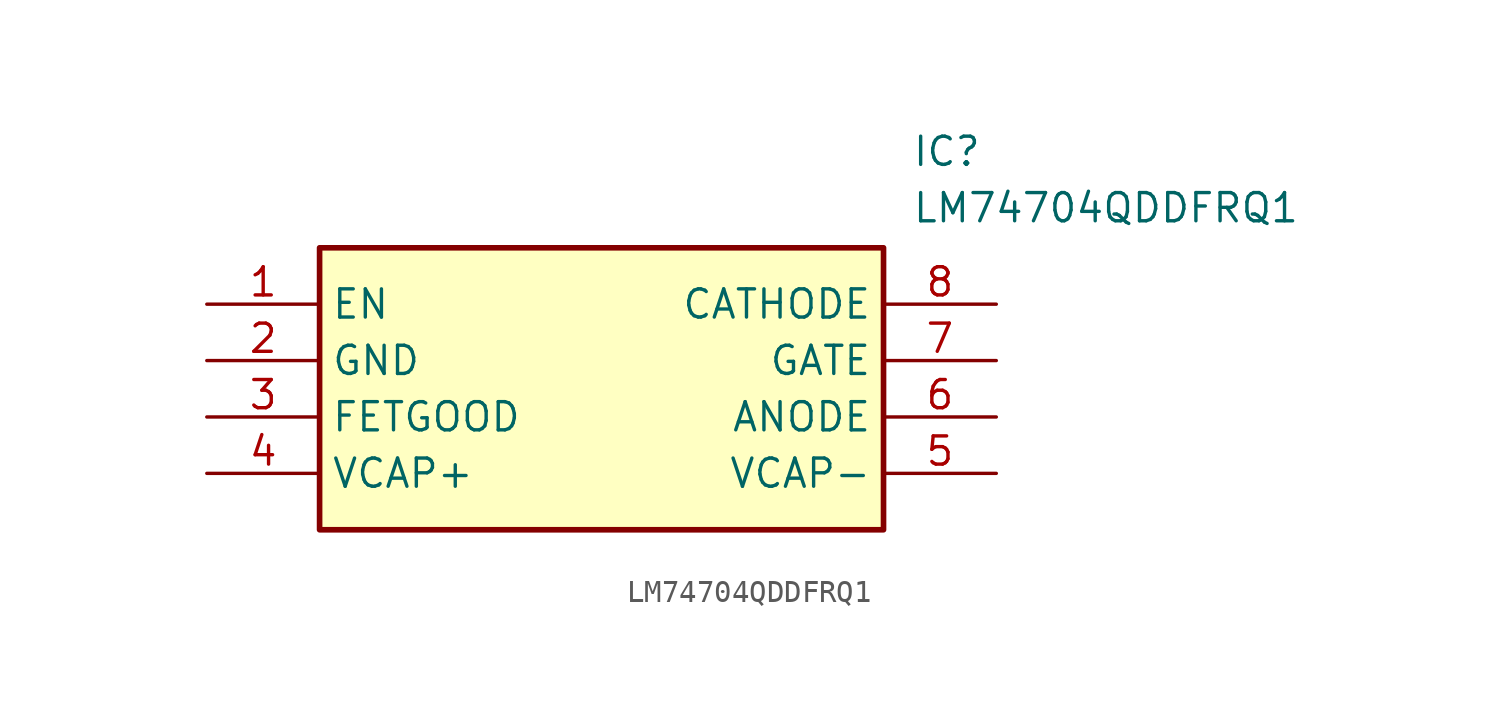
<source format=kicad_sym>
(kicad_symbol_lib
  (version 20211014)
  (generator SamacSys_ECAD_Model)
  (symbol "LM74704QDDFRQ1"
    (property "Reference" "IC"
      (at 31.75 7.62 0)
      (effects (font (size 1.27 1.27)) (justify left top)))
    (property "Value" "LM74704QDDFRQ1"
      (at 31.75 5.08 0)
      (effects (font (size 1.27 1.27)) (justify left top)))
    (rectangle
      (start 5.08 2.54)
      (end 30.48 -10.16)
      (stroke (width 0.254) (type default))
      (fill (type background)))
    (pin passive line
      (at 0 0 0)
      (length 5.08)
      (name "EN" (effects (font (size 1.27 1.27))))
      (number "1" (effects (font (size 1.27 1.27)))))
    (pin passive line
      (at 0 -2.54 0)
      (length 5.08)
      (name "GND" (effects (font (size 1.27 1.27))))
      (number "2" (effects (font (size 1.27 1.27)))))
    (pin passive line
      (at 0 -5.08 0)
      (length 5.08)
      (name "FETGOOD" (effects (font (size 1.27 1.27))))
      (number "3" (effects (font (size 1.27 1.27)))))
    (pin passive line
      (at 0 -7.62 0)
      (length 5.08)
      (name "VCAP+" (effects (font (size 1.27 1.27))))
      (number "4" (effects (font (size 1.27 1.27)))))
    (pin passive line
      (at 35.56 0 180)
      (length 5.08)
      (name "CATHODE" (effects (font (size 1.27 1.27))))
      (number "8" (effects (font (size 1.27 1.27)))))
    (pin passive line
      (at 35.56 -2.54 180)
      (length 5.08)
      (name "GATE" (effects (font (size 1.27 1.27))))
      (number "7" (effects (font (size 1.27 1.27)))))
    (pin passive line
      (at 35.56 -5.08 180)
      (length 5.08)
      (name "ANODE" (effects (font (size 1.27 1.27))))
      (number "6" (effects (font (size 1.27 1.27)))))
    (pin passive line
      (at 35.56 -7.62 180)
      (length 5.08)
      (name "VCAP-" (effects (font (size 1.27 1.27))))
      (number "5" (effects (font (size 1.27 1.27)))))))
</source>
